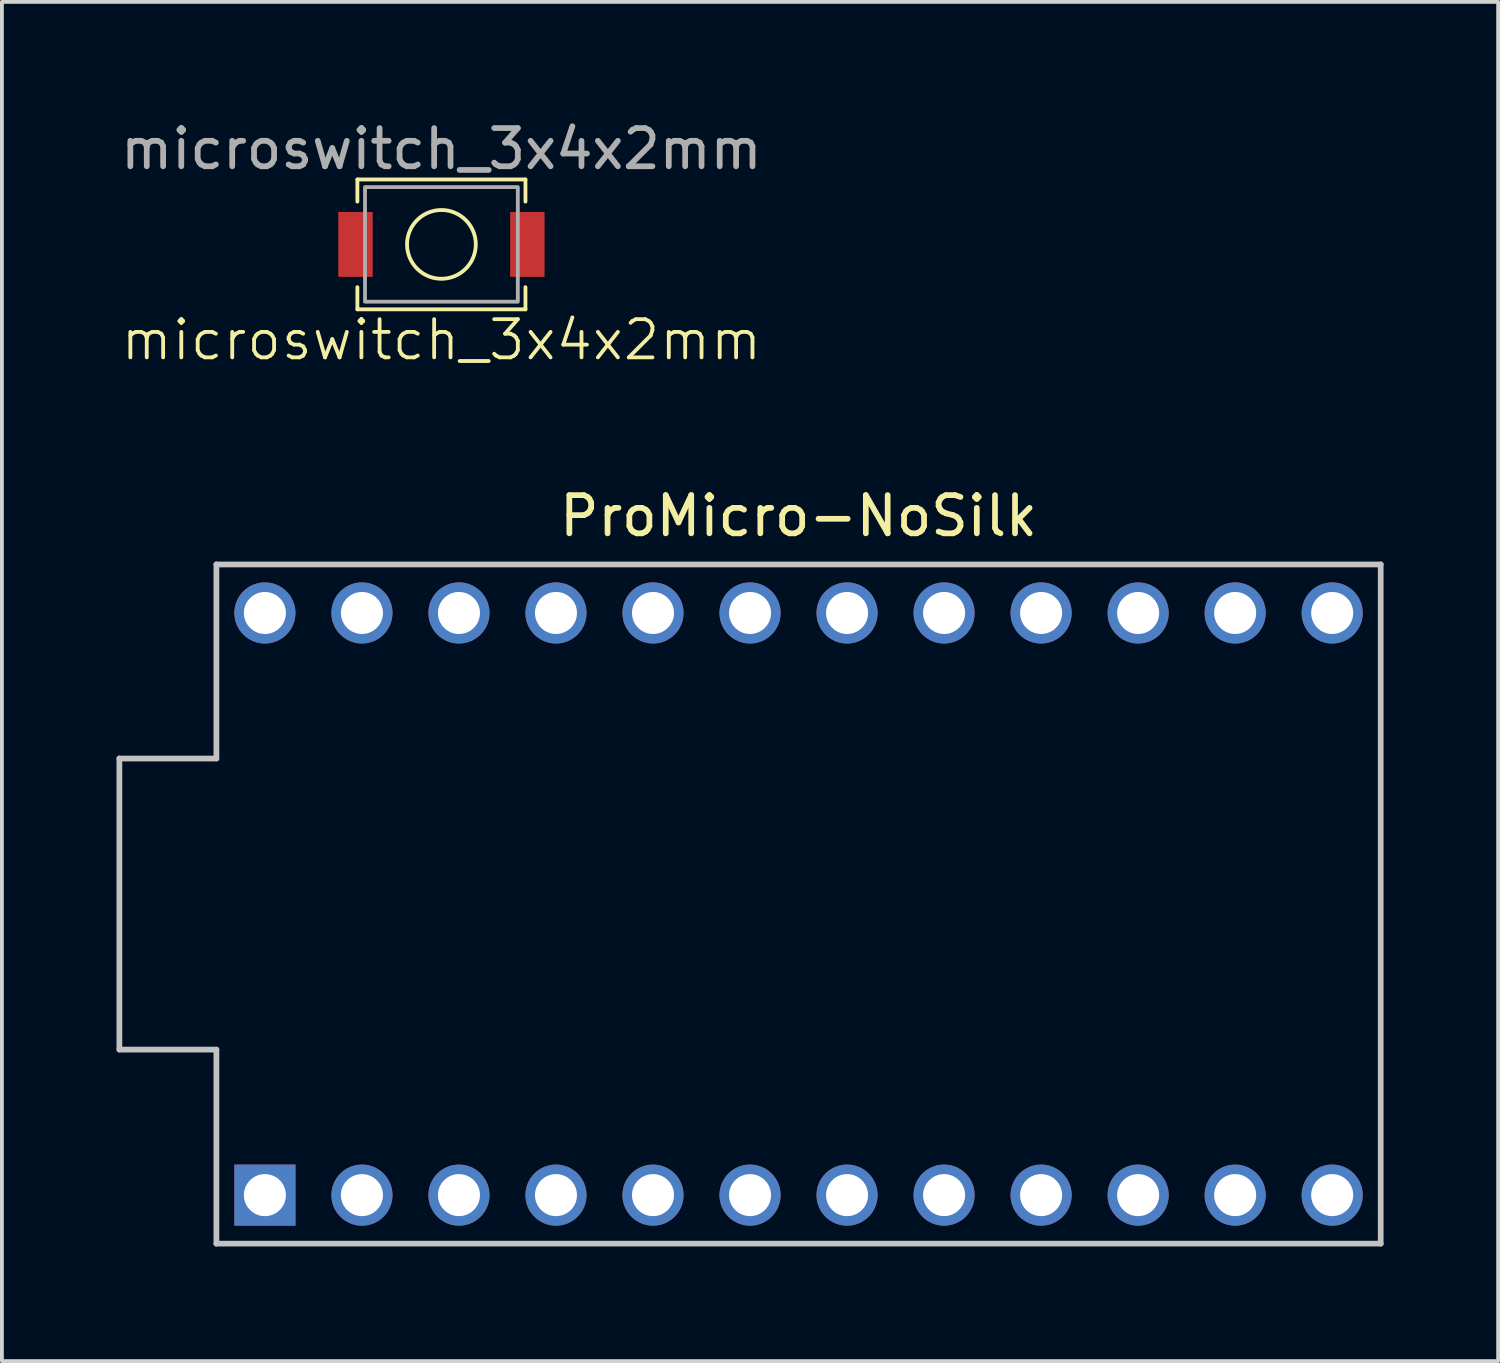
<source format=kicad_pcb>
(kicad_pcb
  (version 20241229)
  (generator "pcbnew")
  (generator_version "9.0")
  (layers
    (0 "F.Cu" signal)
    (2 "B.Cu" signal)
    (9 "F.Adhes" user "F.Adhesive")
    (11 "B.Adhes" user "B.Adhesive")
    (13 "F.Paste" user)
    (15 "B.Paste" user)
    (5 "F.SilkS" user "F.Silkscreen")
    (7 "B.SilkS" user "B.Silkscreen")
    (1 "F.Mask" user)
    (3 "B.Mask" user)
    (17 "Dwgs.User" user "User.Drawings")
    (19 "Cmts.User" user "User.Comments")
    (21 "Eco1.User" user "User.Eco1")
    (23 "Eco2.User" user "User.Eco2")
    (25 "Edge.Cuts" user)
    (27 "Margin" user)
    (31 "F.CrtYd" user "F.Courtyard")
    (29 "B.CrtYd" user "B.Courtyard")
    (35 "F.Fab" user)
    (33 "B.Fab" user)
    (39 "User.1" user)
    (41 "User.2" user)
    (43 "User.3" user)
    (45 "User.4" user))
  (footprint "ProMicro-NoSilk"
    (layer "F.Cu")
    (at 17.855 20.617)
    (property "Reference" "ProMicro-NoSilk" (at 0 -10.16 0) (layer "F.SilkS") (effects (font (size 1 1) (thickness 0.15))))
    (attr through_hole)
    (fp_line (start -17.78 -3.81) (end -15.24 -3.81) (stroke (width 0.15) (type solid)) (layer "Dwgs.User"))
    (fp_line (start -17.78 3.81) (end -17.78 -3.81) (stroke (width 0.15) (type solid)) (layer "Dwgs.User"))
    (fp_line (start -15.24 -8.89) (end 15.24 -8.89) (stroke (width 0.15) (type solid)) (layer "Dwgs.User"))
    (fp_line (start -15.24 -3.81) (end -15.24 -8.89) (stroke (width 0.15) (type solid)) (layer "Dwgs.User"))
    (fp_line (start -15.24 3.81) (end -17.78 3.81) (stroke (width 0.15) (type solid)) (layer "Dwgs.User"))
    (fp_line (start -15.24 8.89) (end -15.24 3.81) (stroke (width 0.15) (type solid)) (layer "Dwgs.User"))
    (fp_line (start -15.24 8.89) (end 15.24 8.89) (stroke (width 0.15) (type solid)) (layer "Dwgs.User"))
    (fp_line (start 15.24 -8.89) (end 15.24 8.89) (stroke (width 0.15) (type solid)) (layer "Dwgs.User"))
    (pad "1" thru_hole rect (at -13.97 7.62) (size 1.6 1.6) (drill 1.1) (layers "*.Cu" "*.Mask"))
    (pad "2" thru_hole circle (at -11.43 7.62) (size 1.6 1.6) (drill 1.1) (layers "*.Cu" "*.Mask"))
    (pad "3" thru_hole circle (at -8.89 7.62) (size 1.6 1.6) (drill 1.1) (layers "*.Cu" "*.Mask"))
    (pad "4" thru_hole circle (at -6.35 7.62) (size 1.6 1.6) (drill 1.1) (layers "*.Cu" "*.Mask"))
    (pad "5" thru_hole circle (at -3.81 7.62) (size 1.6 1.6) (drill 1.1) (layers "*.Cu" "*.Mask"))
    (pad "6" thru_hole circle (at -1.27 7.62) (size 1.6 1.6) (drill 1.1) (layers "*.Cu" "*.Mask"))
    (pad "7" thru_hole circle (at 1.27 7.62) (size 1.6 1.6) (drill 1.1) (layers "*.Cu" "*.Mask"))
    (pad "8" thru_hole circle (at 3.81 7.62) (size 1.6 1.6) (drill 1.1) (layers "*.Cu" "*.Mask"))
    (pad "9" thru_hole circle (at 6.35 7.62) (size 1.6 1.6) (drill 1.1) (layers "*.Cu" "*.Mask"))
    (pad "10" thru_hole circle (at 8.89 7.62) (size 1.6 1.6) (drill 1.1) (layers "*.Cu" "*.Mask"))
    (pad "11" thru_hole circle (at 11.43 7.62) (size 1.6 1.6) (drill 1.1) (layers "*.Cu" "*.Mask"))
    (pad "12" thru_hole circle (at 13.97 7.62) (size 1.6 1.6) (drill 1.1) (layers "*.Cu" "*.Mask"))
    (pad "13" thru_hole circle (at 13.97 -7.62) (size 1.6 1.6) (drill 1.1) (layers "*.Cu" "*.Mask"))
    (pad "14" thru_hole circle (at 11.43 -7.62) (size 1.6 1.6) (drill 1.1) (layers "*.Cu" "*.Mask"))
    (pad "15" thru_hole circle (at 8.89 -7.62) (size 1.6 1.6) (drill 1.1) (layers "*.Cu" "*.Mask"))
    (pad "16" thru_hole circle (at 6.35 -7.62) (size 1.6 1.6) (drill 1.1) (layers "*.Cu" "*.Mask"))
    (pad "17" thru_hole circle (at 3.81 -7.62) (size 1.6 1.6) (drill 1.1) (layers "*.Cu" "*.Mask"))
    (pad "18" thru_hole circle (at 1.27 -7.62) (size 1.6 1.6) (drill 1.1) (layers "*.Cu" "*.Mask"))
    (pad "19" thru_hole circle (at -1.27 -7.62) (size 1.6 1.6) (drill 1.1) (layers "*.Cu" "*.Mask"))
    (pad "20" thru_hole circle (at -3.81 -7.62) (size 1.6 1.6) (drill 1.1) (layers "*.Cu" "*.Mask"))
    (pad "21" thru_hole circle (at -6.35 -7.62) (size 1.6 1.6) (drill 1.1) (layers "*.Cu" "*.Mask"))
    (pad "22" thru_hole circle (at -8.89 -7.62) (size 1.6 1.6) (drill 1.1) (layers "*.Cu" "*.Mask"))
    (pad "23" thru_hole circle (at -11.43 -7.62) (size 1.6 1.6) (drill 1.1) (layers "*.Cu" "*.Mask"))
    (pad "24" thru_hole circle (at -13.97 -7.62) (size 1.6 1.6) (drill 1.1) (layers "*.Cu" "*.Mask")))
  (footprint "microswitch_3x4x2mm"
    (layer "F.Cu")
    (at 8.506 3.348)
    (property "Reference" "microswitch_3x4x2mm" (at 0 2.5 0) (unlocked yes) (layer "F.SilkS") (effects (font (size 1 1) (thickness 0.1))))
    (attr smd)
    (fp_line (start -2.2 -1.7) (end -2.2 -1.12) (stroke (width 0.1) (type default)) (layer "F.SilkS"))
    (fp_line (start -2.2 1.7) (end -2.2 1.12) (stroke (width 0.1) (type default)) (layer "F.SilkS"))
    (fp_line (start -2.2 1.7) (end 2.2 1.7) (stroke (width 0.1) (type default)) (layer "F.SilkS"))
    (fp_line (start 2.2 -1.7) (end -2.2 -1.7) (stroke (width 0.1) (type default)) (layer "F.SilkS"))
    (fp_line (start 2.2 -1.7) (end 2.2 -1.12) (stroke (width 0.1) (type default)) (layer "F.SilkS"))
    (fp_line (start 2.2 1.7) (end 2.2 1.12) (stroke (width 0.1) (type default)) (layer "F.SilkS"))
    (fp_circle (center 0 0) (end 0.9 0) (stroke (width 0.1) (type default)) (fill no) (layer "F.SilkS"))
    (fp_rect (start -2 -1.5) (end 2 1.5) (stroke (width 0.1) (type default)) (fill no) (layer "F.Fab"))
    (fp_text user "${REFERENCE}" (at 0 -2.5 0) (unlocked yes) (layer "F.Fab") (effects (font (size 1 1) (thickness 0.15))))
    (pad "1" smd rect (at -2.25 0) (size 0.9 1.7) (layers "F.Cu" "F.Mask" "F.Paste"))
    (pad "2" smd rect (at 2.25 0) (size 0.9 1.7) (layers "F.Cu" "F.Mask" "F.Paste")))
  (gr_rect
    (start -3 -3)
    (end 36.17 32.582)
    (stroke (width 0.1) (type default))
    (fill no)
    (layer "Edge.Cuts")))
</source>
